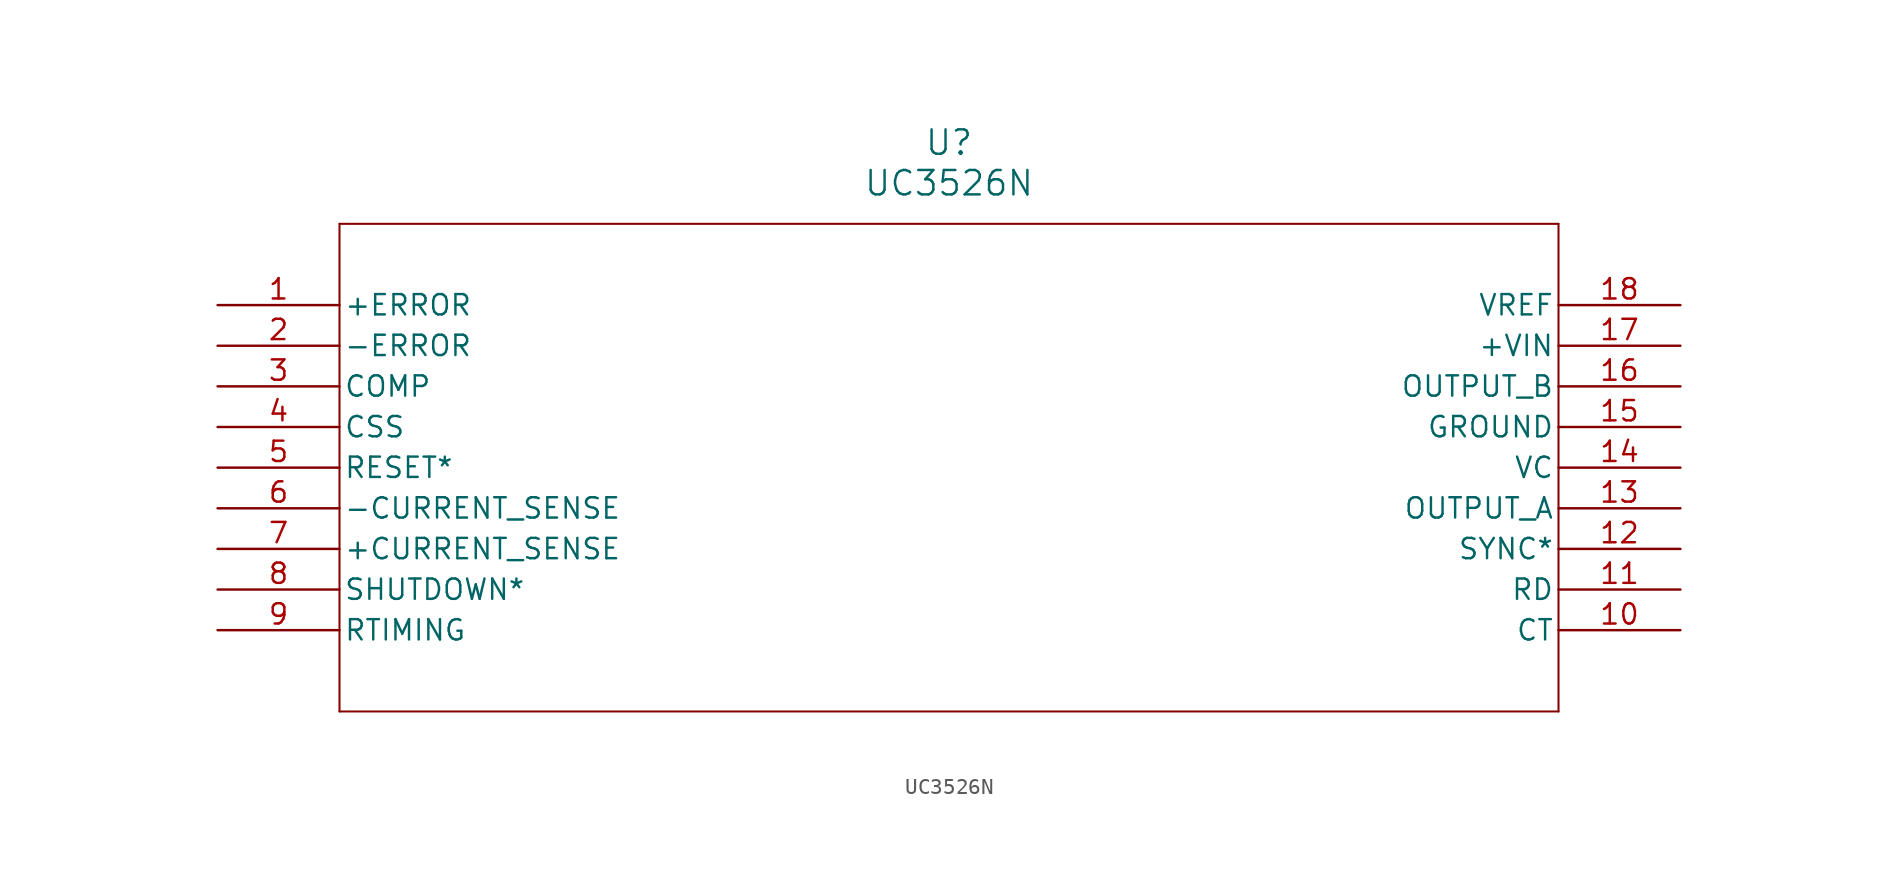
<source format=kicad_sym>
(kicad_symbol_lib
  (version 20211014)
  (generator kicad_symbol_editor)
  (symbol "UC3526N"
    (pin_names
      (offset 0.254))
    (property "Reference" "U"
      (at 45.72 10.16 0)
      (effects (font (size 1.524 1.524))))
    (property "Value" "UC3526N"
      (at 45.72 7.62 0)
      (effects (font (size 1.524 1.524))))
    (symbol "UC3526N_0_1"
      (polyline (pts (xy 7.62 5.08) (xy 7.62 -25.4)) (stroke (width 0.127) (type default) (color 0 0 0 0)) (fill (type none)))
      (polyline (pts (xy 7.62 -25.4) (xy 83.82 -25.4)) (stroke (width 0.127) (type default) (color 0 0 0 0)) (fill (type none)))
      (polyline (pts (xy 83.82 -25.4) (xy 83.82 5.08)) (stroke (width 0.127) (type default) (color 0 0 0 0)) (fill (type none)))
      (polyline (pts (xy 83.82 5.08) (xy 7.62 5.08)) (stroke (width 0.127) (type default) (color 0 0 0 0)) (fill (type none)))
      (pin unspecified line (at 0 0 0) (length 7.62) (name "+ERROR" (effects (font (size 1.27 1.27)))) (number "1" (effects (font (size 1.27 1.27)))))
      (pin unspecified line (at 0 -2.54 0) (length 7.62) (name "-ERROR" (effects (font (size 1.27 1.27)))) (number "2" (effects (font (size 1.27 1.27)))))
      (pin unspecified line (at 0 -5.08 0) (length 7.62) (name "COMP" (effects (font (size 1.27 1.27)))) (number "3" (effects (font (size 1.27 1.27)))))
      (pin unspecified line (at 0 -7.62 0) (length 7.62) (name "CSS" (effects (font (size 1.27 1.27)))) (number "4" (effects (font (size 1.27 1.27)))))
      (pin unspecified line (at 0 -10.16 0) (length 7.62) (name "RESET*" (effects (font (size 1.27 1.27)))) (number "5" (effects (font (size 1.27 1.27)))))
      (pin unspecified line (at 0 -12.7 0) (length 7.62) (name "-CURRENT SENSE" (effects (font (size 1.27 1.27)))) (number "6" (effects (font (size 1.27 1.27)))))
      (pin unspecified line (at 0 -15.24 0) (length 7.62) (name "+CURRENT SENSE" (effects (font (size 1.27 1.27)))) (number "7" (effects (font (size 1.27 1.27)))))
      (pin unspecified line (at 0 -17.78 0) (length 7.62) (name "SHUTDOWN*" (effects (font (size 1.27 1.27)))) (number "8" (effects (font (size 1.27 1.27)))))
      (pin unspecified line (at 0 -20.32 0) (length 7.62) (name "RTIMING" (effects (font (size 1.27 1.27)))) (number "9" (effects (font (size 1.27 1.27)))))
      (pin unspecified line (at 91.44 -20.32 180) (length 7.62) (name "CT" (effects (font (size 1.27 1.27)))) (number "10" (effects (font (size 1.27 1.27)))))
      (pin unspecified line (at 91.44 -17.78 180) (length 7.62) (name "RD" (effects (font (size 1.27 1.27)))) (number "11" (effects (font (size 1.27 1.27)))))
      (pin unspecified line (at 91.44 -15.24 180) (length 7.62) (name "SYNC*" (effects (font (size 1.27 1.27)))) (number "12" (effects (font (size 1.27 1.27)))))
      (pin output line (at 91.44 -12.7 180) (length 7.62) (name "OUTPUT A" (effects (font (size 1.27 1.27)))) (number "13" (effects (font (size 1.27 1.27)))))
      (pin power_in line (at 91.44 -10.16 180) (length 7.62) (name "VC" (effects (font (size 1.27 1.27)))) (number "14" (effects (font (size 1.27 1.27)))))
      (pin power_in line (at 91.44 -7.62 180) (length 7.62) (name "GROUND" (effects (font (size 1.27 1.27)))) (number "15" (effects (font (size 1.27 1.27)))))
      (pin output line (at 91.44 -5.08 180) (length 7.62) (name "OUTPUT B" (effects (font (size 1.27 1.27)))) (number "16" (effects (font (size 1.27 1.27)))))
      (pin unspecified line (at 91.44 -2.54 180) (length 7.62) (name "+VIN" (effects (font (size 1.27 1.27)))) (number "17" (effects (font (size 1.27 1.27)))))
      (pin unspecified line (at 91.44 0 180) (length 7.62) (name "VREF" (effects (font (size 1.27 1.27)))) (number "18" (effects (font (size 1.27 1.27))))))))
</source>
